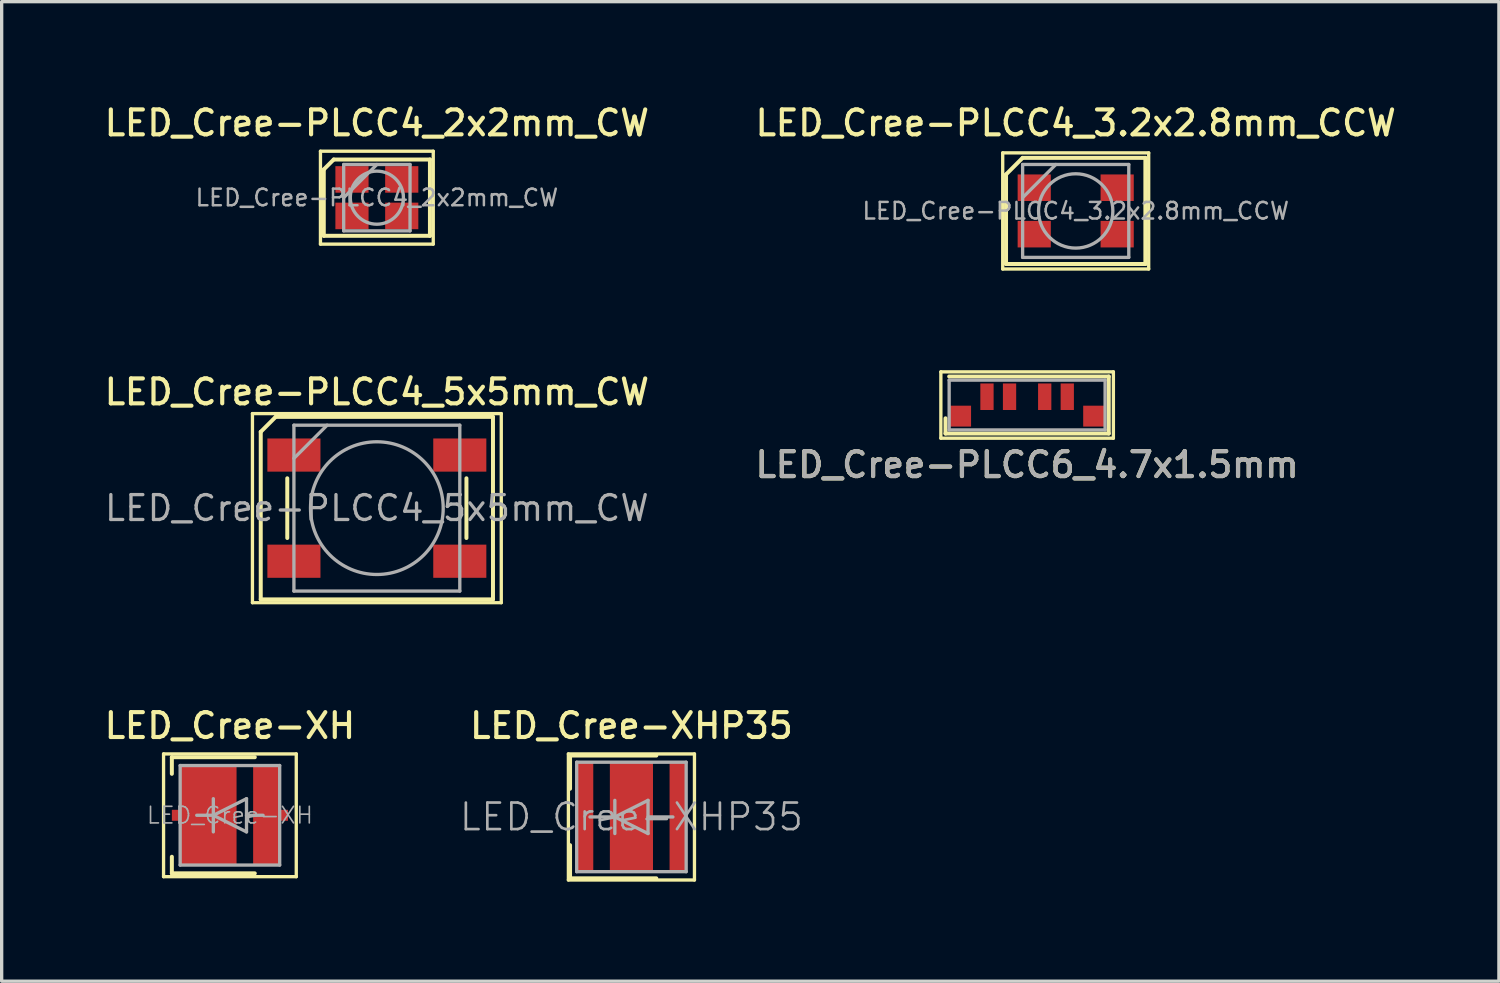
<source format=kicad_pcb>
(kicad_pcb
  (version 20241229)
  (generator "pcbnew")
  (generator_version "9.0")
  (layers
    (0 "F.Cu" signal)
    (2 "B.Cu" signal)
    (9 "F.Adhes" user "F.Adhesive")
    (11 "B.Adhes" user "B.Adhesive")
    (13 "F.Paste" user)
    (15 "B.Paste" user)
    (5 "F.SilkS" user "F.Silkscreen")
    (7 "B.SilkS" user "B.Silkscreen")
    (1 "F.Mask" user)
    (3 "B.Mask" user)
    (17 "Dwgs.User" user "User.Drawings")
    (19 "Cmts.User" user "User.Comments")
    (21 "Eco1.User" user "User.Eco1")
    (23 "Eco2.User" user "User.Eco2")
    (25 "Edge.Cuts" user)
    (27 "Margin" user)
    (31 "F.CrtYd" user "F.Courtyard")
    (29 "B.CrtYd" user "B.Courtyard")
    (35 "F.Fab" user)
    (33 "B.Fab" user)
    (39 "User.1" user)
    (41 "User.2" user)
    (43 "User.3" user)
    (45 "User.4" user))
  (footprint "LED_Cree-XH"
    (layer "F.Cu")
    (at 3.88 21.524)
    (property "Reference" "LED_Cree-XH" (at 0 -2.7 0) (layer "F.SilkS") (effects (font (size 0.75 0.75) (thickness 0.125))))
    (attr smd)
    (fp_line (start -2 -1.85) (end -2 1.85) (stroke (width 0.1) (type solid)) (layer "F.SilkS"))
    (fp_line (start -2 1.85) (end 2 1.85) (stroke (width 0.1) (type solid)) (layer "F.SilkS"))
    (fp_line (start -1.75 -1.75) (end -1.75 -1.25) (stroke (width 0.12) (type solid)) (layer "F.SilkS"))
    (fp_line (start -1.75 1.25) (end -1.75 1.75) (stroke (width 0.12) (type solid)) (layer "F.SilkS"))
    (fp_line (start -1.75 1.75) (end 0.75 1.75) (stroke (width 0.12) (type solid)) (layer "F.SilkS"))
    (fp_line (start 0.75 -1.75) (end -1.75 -1.75) (stroke (width 0.12) (type solid)) (layer "F.SilkS"))
    (fp_line (start 2 -1.85) (end -2 -1.85) (stroke (width 0.1) (type solid)) (layer "F.SilkS"))
    (fp_line (start 2 1.85) (end 2 -1.85) (stroke (width 0.1) (type solid)) (layer "F.SilkS"))
    (fp_line (start -1.5 -1.5) (end 1.5 -1.5) (stroke (width 0.1) (type solid)) (layer "F.Fab"))
    (fp_line (start -1.5 1.5) (end -1.5 -1.5) (stroke (width 0.1) (type solid)) (layer "F.Fab"))
    (fp_line (start -1 0) (end -0.5 0) (stroke (width 0.1) (type solid)) (layer "F.Fab"))
    (fp_line (start -0.5 -0.5) (end -0.5 0.5) (stroke (width 0.1) (type solid)) (layer "F.Fab"))
    (fp_line (start -0.5 0) (end 0.5 -0.5) (stroke (width 0.1) (type solid)) (layer "F.Fab"))
    (fp_line (start 0.5 -0.5) (end 0.5 0.5) (stroke (width 0.1) (type solid)) (layer "F.Fab"))
    (fp_line (start 0.5 0.5) (end -0.5 0) (stroke (width 0.1) (type solid)) (layer "F.Fab"))
    (fp_line (start 1 0) (end 0.5 0) (stroke (width 0.1) (type solid)) (layer "F.Fab"))
    (fp_line (start 1.5 -1.5) (end 1.5 1.5) (stroke (width 0.1) (type solid)) (layer "F.Fab"))
    (fp_line (start 1.5 1.5) (end -1.5 1.5) (stroke (width 0.1) (type solid)) (layer "F.Fab"))
    (fp_text user "${REFERENCE}" (at 0 0 0) (layer "F.Fab") (effects (font (size 0.5 0.5) (thickness 0.05))))
    (pad "" smd rect (at -0.65 -0.75) (size 1.35 1.2) (layers "F.Paste"))
    (pad "" smd rect (at -0.65 0.75) (size 1.35 1.2) (layers "F.Paste"))
    (pad "" smd rect (at 1.1 -0.75) (size 0.7 1.2) (layers "F.Paste"))
    (pad "" smd rect (at 1.1 0.75) (size 0.7 1.2) (layers "F.Paste"))
    (pad "1" smd rect (at -1.5 0) (size 0.5 0.33) (layers "F.Cu" "F.Mask"))
    (pad "1" smd rect (at -0.65 0) (size 1.7 3) (layers "F.Cu" "F.Mask"))
    (pad "2" smd rect (at 1.1 0) (size 0.8 3) (layers "F.Cu" "F.Mask"))
    (pad "2" smd rect (at 1.5 0) (size 0.5 0.33) (layers "F.Cu" "F.Mask")))
  (footprint "LED_Cree-PLCC4_5x5mm_CW"
    (layer "F.Cu")
    (at 8.309 12.266)
    (property "Reference" "LED_Cree-PLCC4_5x5mm_CW" (at 0 -3.5 0) (layer "F.SilkS") (effects (font (size 0.75 0.75) (thickness 0.125))))
    (attr smd)
    (fp_line (start -3.75 -2.85) (end -3.75 2.85) (stroke (width 0.1) (type solid)) (layer "F.SilkS"))
    (fp_line (start -3.75 2.85) (end 3.75 2.85) (stroke (width 0.1) (type solid)) (layer "F.SilkS"))
    (fp_line (start -3.5 -2.3) (end -3.5 2.75) (stroke (width 0.12) (type default)) (layer "F.SilkS"))
    (fp_line (start -3.05 -2.75) (end -3.5 -2.3) (stroke (width 0.12) (type default)) (layer "F.SilkS"))
    (fp_line (start -2.7 -0.9) (end -2.7 0.9) (stroke (width 0.12) (type default)) (layer "F.SilkS"))
    (fp_line (start 2.7 -0.9) (end 2.7 0.9) (stroke (width 0.12) (type default)) (layer "F.SilkS"))
    (fp_line (start 3.5 -2.75) (end -3.05 -2.75) (stroke (width 0.12) (type solid)) (layer "F.SilkS"))
    (fp_line (start 3.5 2.75) (end -3.5 2.75) (stroke (width 0.12) (type solid)) (layer "F.SilkS"))
    (fp_line (start 3.5 2.75) (end 3.5 -2.75) (stroke (width 0.12) (type default)) (layer "F.SilkS"))
    (fp_line (start 3.75 -2.85) (end -3.75 -2.85) (stroke (width 0.1) (type solid)) (layer "F.SilkS"))
    (fp_line (start 3.75 2.85) (end 3.75 -2.85) (stroke (width 0.1) (type solid)) (layer "F.SilkS"))
    (fp_line (start -2.5 -2.5) (end -2.5 2.5) (stroke (width 0.1) (type solid)) (layer "F.Fab"))
    (fp_line (start -2.5 2.5) (end 2.5 2.5) (stroke (width 0.1) (type solid)) (layer "F.Fab"))
    (fp_line (start -1.5 -2.5) (end -2.5 -1.5) (stroke (width 0.1) (type solid)) (layer "F.Fab"))
    (fp_line (start 2.5 -2.5) (end -2.5 -2.5) (stroke (width 0.1) (type solid)) (layer "F.Fab"))
    (fp_line (start 2.5 2.5) (end 2.5 -2.5) (stroke (width 0.1) (type solid)) (layer "F.Fab"))
    (fp_circle (center 0 0) (end 0 -2) (stroke (width 0.1) (type solid)) (fill no) (layer "F.Fab"))
    (fp_text user "${REFERENCE}" (at 0 0 0) (layer "F.Fab") (effects (font (size 0.75 0.75) (thickness 0.1))))
    (pad "1" smd rect (at -2.5 -1.6) (size 1.6 1) (layers "F.Cu" "F.Mask" "F.Paste"))
    (pad "2" smd rect (at 2.5 -1.6) (size 1.6 1) (layers "F.Cu" "F.Mask" "F.Paste"))
    (pad "3" smd rect (at 2.5 1.6) (size 1.6 1) (layers "F.Cu" "F.Mask" "F.Paste"))
    (pad "4" smd rect (at -2.5 1.6) (size 1.6 1) (layers "F.Cu" "F.Mask" "F.Paste")))
  (footprint "LED_Cree-PLCC4_2x2mm_CW"
    (layer "F.Cu")
    (at 8.309 2.908)
    (property "Reference" "LED_Cree-PLCC4_2x2mm_CW" (at 0 -2.25 0) (layer "F.SilkS") (effects (font (size 0.75 0.75) (thickness 0.125))))
    (attr smd)
    (fp_line (start -1.7 -1.4) (end -1.7 1.4) (stroke (width 0.1) (type solid)) (layer "F.SilkS"))
    (fp_line (start -1.7 1.4) (end 1.7 1.4) (stroke (width 0.1) (type solid)) (layer "F.SilkS"))
    (fp_line (start -1.6 1.15) (end -1.6 -0.85) (stroke (width 0.12) (type solid)) (layer "F.SilkS"))
    (fp_line (start -1.6 1.15) (end 1.6 1.15) (stroke (width 0.12) (type solid)) (layer "F.SilkS"))
    (fp_line (start -1.3 -1.15) (end -1.6 -0.85) (stroke (width 0.12) (type default)) (layer "F.SilkS"))
    (fp_line (start -1.3 -1.15) (end 1.6 -1.15) (stroke (width 0.12) (type solid)) (layer "F.SilkS"))
    (fp_line (start 1.6 -1.15) (end 1.6 1.15) (stroke (width 0.12) (type solid)) (layer "F.SilkS"))
    (fp_line (start 1.7 -1.4) (end -1.7 -1.4) (stroke (width 0.1) (type solid)) (layer "F.SilkS"))
    (fp_line (start 1.7 1.4) (end 1.7 -1.4) (stroke (width 0.1) (type solid)) (layer "F.SilkS"))
    (fp_line (start -1 -1) (end -1 1) (stroke (width 0.1) (type solid)) (layer "F.Fab"))
    (fp_line (start -1 1) (end 1 1) (stroke (width 0.1) (type solid)) (layer "F.Fab"))
    (fp_line (start 0 -1) (end -1 0) (stroke (width 0.1) (type solid)) (layer "F.Fab"))
    (fp_line (start 1 -1) (end -1 -1) (stroke (width 0.1) (type solid)) (layer "F.Fab"))
    (fp_line (start 1 1) (end 1 -1) (stroke (width 0.1) (type solid)) (layer "F.Fab"))
    (fp_circle (center 0 0) (end 0.8 0) (stroke (width 0.1) (type solid)) (fill no) (layer "F.Fab"))
    (fp_text user "${REFERENCE}" (at 0 0 0) (layer "F.Fab") (effects (font (size 0.5 0.5) (thickness 0.075))))
    (pad "1" smd rect (at -0.75 -0.55) (size 1 0.8) (layers "F.Cu" "F.Mask" "F.Paste"))
    (pad "2" smd rect (at 0.75 -0.55) (size 1 0.8) (layers "F.Cu" "F.Mask" "F.Paste"))
    (pad "3" smd rect (at 0.75 0.55) (size 1 0.8) (layers "F.Cu" "F.Mask" "F.Paste"))
    (pad "4" smd rect (at -0.75 0.55) (size 1 0.8) (layers "F.Cu" "F.Mask" "F.Paste")))
  (footprint "LED_Cree-PLCC6_4.7x1.5mm"
    (layer "F.Cu")
    (at 27.909 9.158)
    (property "Reference" "LED_Cree-PLCC6_4.7x1.5mm" (at 0 1.8 0) (layer "F.SilkS") (effects (font (size 0.75 0.75) (thickness 0.125))))
    (attr smd)
    (fp_line (start -2.6 -1) (end -2.6 1) (stroke (width 0.1) (type solid)) (layer "F.SilkS"))
    (fp_line (start -2.6 -1) (end 2.6 -1) (stroke (width 0.1) (type solid)) (layer "F.SilkS"))
    (fp_line (start -2.46 0.4) (end -2.46 0.86) (stroke (width 0.12) (type solid)) (layer "F.SilkS"))
    (fp_line (start -2.46 0.86) (end 2.46 0.86) (stroke (width 0.12) (type solid)) (layer "F.SilkS"))
    (fp_line (start -2.35 -0.86) (end 2.46 -0.86) (stroke (width 0.12) (type solid)) (layer "F.SilkS"))
    (fp_line (start 2.46 -0.86) (end 2.46 0.86) (stroke (width 0.12) (type solid)) (layer "F.SilkS"))
    (fp_line (start 2.6 -1) (end 2.6 1) (stroke (width 0.1) (type solid)) (layer "F.SilkS"))
    (fp_line (start 2.6 1) (end -2.6 1) (stroke (width 0.1) (type solid)) (layer "F.SilkS"))
    (fp_line (start -2.35 -0.75) (end -2.35 0.75) (stroke (width 0.1) (type solid)) (layer "F.Fab"))
    (fp_line (start -2.35 -0.75) (end 2.35 -0.75) (stroke (width 0.1) (type solid)) (layer "F.Fab"))
    (fp_line (start -2.35 0.75) (end 2.35 0.75) (stroke (width 0.1) (type solid)) (layer "F.Fab"))
    (fp_line (start 2.35 -0.75) (end 2.35 0.75) (stroke (width 0.1) (type solid)) (layer "F.Fab"))
    (fp_text user "${REFERENCE}" (at 0 1.8 0) (layer "F.Fab") (effects (font (size 0.75 0.75) (thickness 0.125))))
    (pad "1" smd rect (at -2.02 0.335) (size 0.66 0.63) (layers "F.Cu" "F.Mask" "F.Paste"))
    (pad "2" smd rect (at -1.21 -0.25) (size 0.4 0.8) (layers "F.Cu" "F.Mask" "F.Paste"))
    (pad "3" smd rect (at -0.53 -0.25) (size 0.4 0.8) (layers "F.Cu" "F.Mask" "F.Paste"))
    (pad "4" smd rect (at 0.53 -0.25) (size 0.4 0.8) (layers "F.Cu" "F.Mask" "F.Paste"))
    (pad "5" smd rect (at 1.21 -0.25) (size 0.4 0.8) (layers "F.Cu" "F.Mask" "F.Paste"))
    (pad "6" smd rect (at 2.02 0.335) (size 0.66 0.63) (layers "F.Cu" "F.Mask" "F.Paste")))
  (footprint "LED_Cree-PLCC4_3.2x2.8mm_CCW"
    (layer "F.Cu")
    (at 29.373 3.308)
    (property "Reference" "LED_Cree-PLCC4_3.2x2.8mm_CCW" (at 0 -2.65 0) (layer "F.SilkS") (effects (font (size 0.75 0.75) (thickness 0.125))))
    (attr smd)
    (fp_line (start -2.2 -1.75) (end -2.2 1.75) (stroke (width 0.1) (type solid)) (layer "F.SilkS"))
    (fp_line (start -2.2 1.75) (end 2.2 1.75) (stroke (width 0.1) (type solid)) (layer "F.SilkS"))
    (fp_line (start -2.1 -1.1) (end -1.6 -1.6) (stroke (width 0.12) (type default)) (layer "F.SilkS"))
    (fp_line (start -2.1 1.6) (end -2.1 -1.1) (stroke (width 0.12) (type solid)) (layer "F.SilkS"))
    (fp_line (start -2.1 1.6) (end 2.1 1.6) (stroke (width 0.12) (type solid)) (layer "F.SilkS"))
    (fp_line (start -1.6 -1.6) (end 2.1 -1.6) (stroke (width 0.12) (type solid)) (layer "F.SilkS"))
    (fp_line (start 2.1 1.6) (end 2.1 -1.6) (stroke (width 0.12) (type solid)) (layer "F.SilkS"))
    (fp_line (start 2.2 -1.75) (end -2.2 -1.75) (stroke (width 0.1) (type solid)) (layer "F.SilkS"))
    (fp_line (start 2.2 1.75) (end 2.2 -1.75) (stroke (width 0.1) (type solid)) (layer "F.SilkS"))
    (fp_line (start -1.6 -1.4) (end -1.6 1.4) (stroke (width 0.1) (type solid)) (layer "F.Fab"))
    (fp_line (start -1.6 1.4) (end 1.6 1.4) (stroke (width 0.1) (type solid)) (layer "F.Fab"))
    (fp_line (start -0.6 -1.4) (end -1.6 -0.4) (stroke (width 0.1) (type solid)) (layer "F.Fab"))
    (fp_line (start 1.6 -1.4) (end -1.6 -1.4) (stroke (width 0.1) (type solid)) (layer "F.Fab"))
    (fp_line (start 1.6 1.4) (end 1.6 -1.4) (stroke (width 0.1) (type solid)) (layer "F.Fab"))
    (fp_circle (center 0 0) (end 1.12 0) (stroke (width 0.1) (type solid)) (fill no) (layer "F.Fab"))
    (fp_text user "${REFERENCE}" (at 0 0 0) (layer "F.Fab") (effects (font (size 0.5 0.5) (thickness 0.075))))
    (pad "1" smd rect (at -1.25 -0.7) (size 1 0.8) (layers "F.Cu" "F.Mask" "F.Paste"))
    (pad "2" smd rect (at -1.25 0.7) (size 1 0.8) (layers "F.Cu" "F.Mask" "F.Paste"))
    (pad "3" smd rect (at 1.25 0.7) (size 1 0.8) (layers "F.Cu" "F.Mask" "F.Paste"))
    (pad "4" smd rect (at 1.25 -0.7) (size 1 0.8) (layers "F.Cu" "F.Mask" "F.Paste")))
  (footprint "LED_Cree-XHP35"
    (layer "F.Cu")
    (at 15.982 21.574)
    (property "Reference" "LED_Cree-XHP35" (at 0 -2.75 0) (layer "F.SilkS") (effects (font (size 0.75 0.75) (thickness 0.125))))
    (attr smd)
    (fp_line (start -1.9 -1.9) (end -1.9 1.9) (stroke (width 0.1) (type solid)) (layer "F.SilkS"))
    (fp_line (start -1.9 1.9) (end 1.9 1.9) (stroke (width 0.1) (type solid)) (layer "F.SilkS"))
    (fp_line (start -1.85 -1.85) (end -1.85 -0.85) (stroke (width 0.12) (type solid)) (layer "F.SilkS"))
    (fp_line (start -1.85 1.85) (end -1.85 0.85) (stroke (width 0.12) (type solid)) (layer "F.SilkS"))
    (fp_line (start 0.75 -1.85) (end -1.85 -1.85) (stroke (width 0.12) (type solid)) (layer "F.SilkS"))
    (fp_line (start 0.75 1.85) (end -1.85 1.85) (stroke (width 0.12) (type solid)) (layer "F.SilkS"))
    (fp_line (start 1.9 -1.9) (end -1.9 -1.9) (stroke (width 0.1) (type solid)) (layer "F.SilkS"))
    (fp_line (start 1.9 1.9) (end 1.9 -1.9) (stroke (width 0.1) (type solid)) (layer "F.SilkS"))
    (fp_line (start -1.65 -1.65) (end 1.65 -1.65) (stroke (width 0.1) (type solid)) (layer "F.Fab"))
    (fp_line (start -1.65 1.65) (end -1.65 -1.65) (stroke (width 0.1) (type solid)) (layer "F.Fab"))
    (fp_line (start -1.25 0) (end -0.5 0) (stroke (width 0.1) (type solid)) (layer "F.Fab"))
    (fp_line (start -0.5 -0.5) (end -0.5 0.5) (stroke (width 0.1) (type solid)) (layer "F.Fab"))
    (fp_line (start -0.5 0) (end 0.5 -0.5) (stroke (width 0.1) (type solid)) (layer "F.Fab"))
    (fp_line (start 0.5 -0.5) (end 0.5 0.5) (stroke (width 0.1) (type solid)) (layer "F.Fab"))
    (fp_line (start 0.5 0.5) (end -0.5 0) (stroke (width 0.1) (type solid)) (layer "F.Fab"))
    (fp_line (start 1.25 0) (end 0.5 0) (stroke (width 0.1) (type solid)) (layer "F.Fab"))
    (fp_line (start 1.65 -1.65) (end 1.65 1.65) (stroke (width 0.1) (type solid)) (layer "F.Fab"))
    (fp_line (start 1.65 1.65) (end -1.65 1.65) (stroke (width 0.1) (type solid)) (layer "F.Fab"))
    (fp_text user "${REFERENCE}" (at 0 0 0) (layer "F.Fab") (effects (font (size 0.8 0.8) (thickness 0.08))))
    (pad "" smd rect (at 0 -1) (size 1.01 0.75) (layers "F.Paste"))
    (pad "" smd rect (at 0 0) (size 1.01 0.75) (layers "F.Paste"))
    (pad "" smd rect (at 0 1) (size 1.01 0.75) (layers "F.Paste"))
    (pad "1" smd rect (at -1.4 0) (size 0.5 3.3) (layers "F.Cu" "F.Mask" "F.Paste"))
    (pad "2" smd rect (at 1.4 0) (size 0.5 3.3) (layers "F.Cu" "F.Mask" "F.Paste"))
    (pad "3" smd rect (at 0 0) (size 1.3 3.3) (layers "F.Cu" "F.Mask")))
  (gr_rect
    (start -3 -3)
    (end 42.129 26.524)
    (stroke (width 0.1) (type default))
    (fill no)
    (layer "Edge.Cuts")))
</source>
